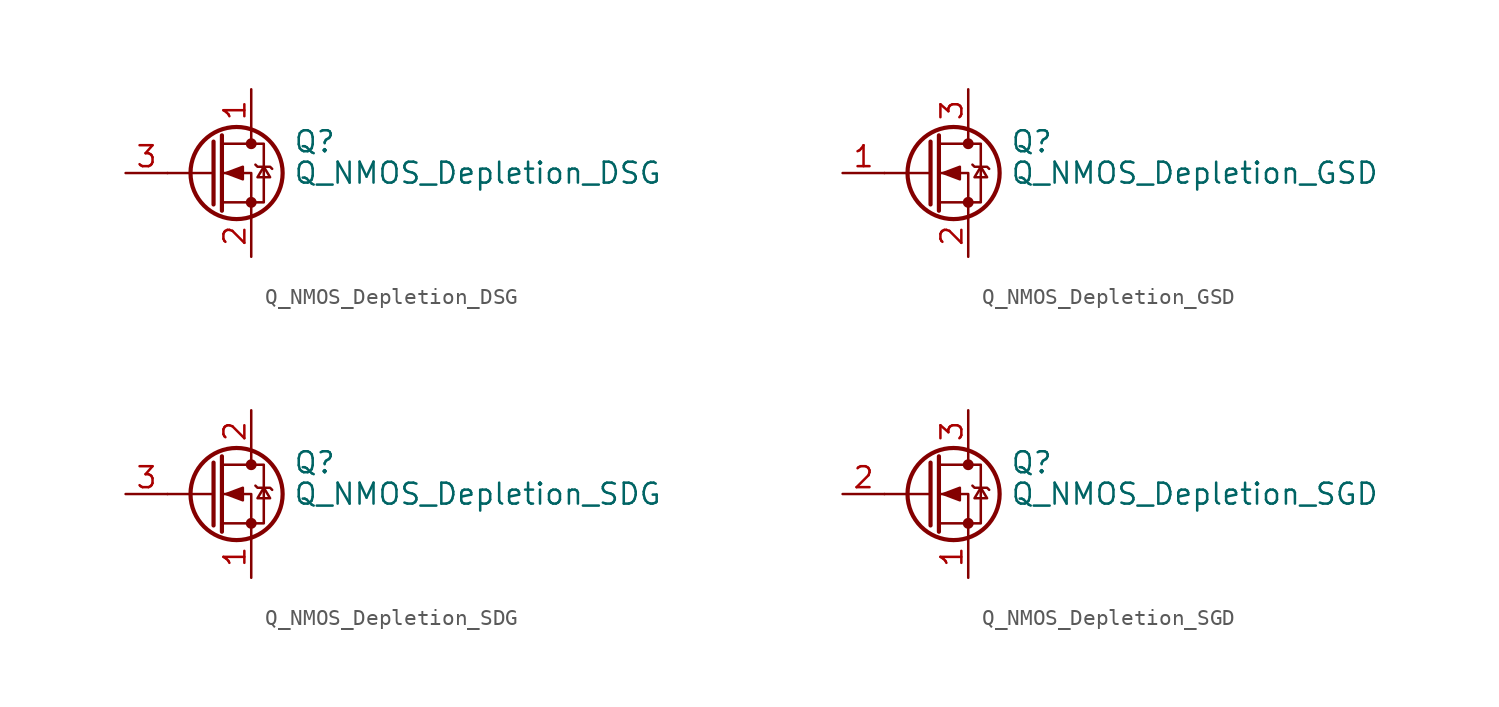
<source format=kicad_sym>
(kicad_symbol_lib
  (version 20231120)
  (generator "kicad_symbol_editor")
  (generator_version "8.0")
  (symbol "Q_NMOS_Depletion_DSG"
    (pin_names
      (offset 0) hide)
    (property "Reference" "Q"
      (at 5.08 1.905 0)
      (effects (font (size 1.27 1.27)) (justify left)))
    (property "Value" "Q_NMOS_Depletion_DSG"
      (at 5.08 0 0)
      (effects (font (size 1.27 1.27)) (justify left)))
    (symbol "Q_NMOS_Depletion_DSG_0_1"
      (polyline (pts (xy 0.254 0) (xy -2.54 0)) (stroke (width 0) (type default)) (fill (type none)))
      (polyline (pts (xy 0.254 1.905) (xy 0.254 -1.905)) (stroke (width 0.254) (type default)) (fill (type none)))
      (polyline (pts (xy 0.762 2.286) (xy 0.762 -2.286)) (stroke (width 0.254) (type default)) (fill (type none)))
      (polyline (pts (xy 2.54 2.54) (xy 2.54 1.778)) (stroke (width 0) (type default)) (fill (type none)))
      (polyline (pts (xy 2.54 -2.54) (xy 2.54 0) (xy 0.762 0)) (stroke (width 0) (type default)) (fill (type none)))
      (polyline (pts (xy 0.762 -1.778) (xy 3.302 -1.778) (xy 3.302 1.778) (xy 0.762 1.778)) (stroke (width 0) (type default)) (fill (type none)))
      (polyline (pts (xy 1.016 0) (xy 2.032 0.381) (xy 2.032 -0.381) (xy 1.016 0)) (stroke (width 0) (type default)) (fill (type outline)))
      (polyline (pts (xy 2.794 0.508) (xy 2.921 0.381) (xy 3.683 0.381) (xy 3.81 0.254)) (stroke (width 0) (type default)) (fill (type none)))
      (polyline (pts (xy 3.302 0.381) (xy 2.921 -0.254) (xy 3.683 -0.254) (xy 3.302 0.381)) (stroke (width 0) (type default)) (fill (type none)))
      (circle (center 1.651 0) (radius 2.794) (stroke (width 0.254) (type default)) (fill (type none)))
      (circle (center 2.54 -1.778) (radius 0.254) (stroke (width 0) (type default)) (fill (type outline)))
      (circle (center 2.54 1.778) (radius 0.254) (stroke (width 0) (type default)) (fill (type outline))))
    (symbol "Q_NMOS_Depletion_DSG_1_1"
      (pin passive line (at 2.54 5.08 270) (length 2.54) (name "D" (effects (font (size 1.27 1.27)))) (number "1" (effects (font (size 1.27 1.27)))))
      (pin passive line (at 2.54 -5.08 90) (length 2.54) (name "S" (effects (font (size 1.27 1.27)))) (number "2" (effects (font (size 1.27 1.27)))))
      (pin input line (at -5.08 0 0) (length 2.54) (name "G" (effects (font (size 1.27 1.27)))) (number "3" (effects (font (size 1.27 1.27)))))))
  (symbol "Q_NMOS_Depletion_GSD"
    (pin_names
      (offset 0) hide)
    (property "Reference" "Q"
      (at 5.08 1.905 0)
      (effects (font (size 1.27 1.27)) (justify left)))
    (property "Value" "Q_NMOS_Depletion_GSD"
      (at 5.08 0 0)
      (effects (font (size 1.27 1.27)) (justify left)))
    (symbol "Q_NMOS_Depletion_GSD_0_1"
      (polyline (pts (xy 0.254 0) (xy -2.54 0)) (stroke (width 0) (type default)) (fill (type none)))
      (polyline (pts (xy 0.254 1.905) (xy 0.254 -1.905)) (stroke (width 0.254) (type default)) (fill (type none)))
      (polyline (pts (xy 0.762 2.286) (xy 0.762 -2.286)) (stroke (width 0.254) (type default)) (fill (type none)))
      (polyline (pts (xy 2.54 2.54) (xy 2.54 1.778)) (stroke (width 0) (type default)) (fill (type none)))
      (polyline (pts (xy 2.54 -2.54) (xy 2.54 0) (xy 0.762 0)) (stroke (width 0) (type default)) (fill (type none)))
      (polyline (pts (xy 0.762 -1.778) (xy 3.302 -1.778) (xy 3.302 1.778) (xy 0.762 1.778)) (stroke (width 0) (type default)) (fill (type none)))
      (polyline (pts (xy 1.016 0) (xy 2.032 0.381) (xy 2.032 -0.381) (xy 1.016 0)) (stroke (width 0) (type default)) (fill (type outline)))
      (polyline (pts (xy 2.794 0.508) (xy 2.921 0.381) (xy 3.683 0.381) (xy 3.81 0.254)) (stroke (width 0) (type default)) (fill (type none)))
      (polyline (pts (xy 3.302 0.381) (xy 2.921 -0.254) (xy 3.683 -0.254) (xy 3.302 0.381)) (stroke (width 0) (type default)) (fill (type none)))
      (circle (center 1.651 0) (radius 2.794) (stroke (width 0.254) (type default)) (fill (type none)))
      (circle (center 2.54 -1.778) (radius 0.254) (stroke (width 0) (type default)) (fill (type outline)))
      (circle (center 2.54 1.778) (radius 0.254) (stroke (width 0) (type default)) (fill (type outline))))
    (symbol "Q_NMOS_Depletion_GSD_1_1"
      (pin input line (at -5.08 0 0) (length 2.54) (name "G" (effects (font (size 1.27 1.27)))) (number "1" (effects (font (size 1.27 1.27)))))
      (pin passive line (at 2.54 -5.08 90) (length 2.54) (name "S" (effects (font (size 1.27 1.27)))) (number "2" (effects (font (size 1.27 1.27)))))
      (pin passive line (at 2.54 5.08 270) (length 2.54) (name "D" (effects (font (size 1.27 1.27)))) (number "3" (effects (font (size 1.27 1.27)))))))
  (symbol "Q_NMOS_Depletion_SDG"
    (pin_names
      (offset 0) hide)
    (property "Reference" "Q"
      (at 5.08 1.905 0)
      (effects (font (size 1.27 1.27)) (justify left)))
    (property "Value" "Q_NMOS_Depletion_SDG"
      (at 5.08 0 0)
      (effects (font (size 1.27 1.27)) (justify left)))
    (symbol "Q_NMOS_Depletion_SDG_0_1"
      (polyline (pts (xy 0.254 0) (xy -2.54 0)) (stroke (width 0) (type default)) (fill (type none)))
      (polyline (pts (xy 0.254 1.905) (xy 0.254 -1.905)) (stroke (width 0.254) (type default)) (fill (type none)))
      (polyline (pts (xy 0.762 2.286) (xy 0.762 -2.286)) (stroke (width 0.254) (type default)) (fill (type none)))
      (polyline (pts (xy 2.54 2.54) (xy 2.54 1.778)) (stroke (width 0) (type default)) (fill (type none)))
      (polyline (pts (xy 2.54 -2.54) (xy 2.54 0) (xy 0.762 0)) (stroke (width 0) (type default)) (fill (type none)))
      (polyline (pts (xy 0.762 -1.778) (xy 3.302 -1.778) (xy 3.302 1.778) (xy 0.762 1.778)) (stroke (width 0) (type default)) (fill (type none)))
      (polyline (pts (xy 1.016 0) (xy 2.032 0.381) (xy 2.032 -0.381) (xy 1.016 0)) (stroke (width 0) (type default)) (fill (type outline)))
      (polyline (pts (xy 2.794 0.508) (xy 2.921 0.381) (xy 3.683 0.381) (xy 3.81 0.254)) (stroke (width 0) (type default)) (fill (type none)))
      (polyline (pts (xy 3.302 0.381) (xy 2.921 -0.254) (xy 3.683 -0.254) (xy 3.302 0.381)) (stroke (width 0) (type default)) (fill (type none)))
      (circle (center 1.651 0) (radius 2.794) (stroke (width 0.254) (type default)) (fill (type none)))
      (circle (center 2.54 -1.778) (radius 0.254) (stroke (width 0) (type default)) (fill (type outline)))
      (circle (center 2.54 1.778) (radius 0.254) (stroke (width 0) (type default)) (fill (type outline))))
    (symbol "Q_NMOS_Depletion_SDG_1_1"
      (pin passive line (at 2.54 -5.08 90) (length 2.54) (name "S" (effects (font (size 1.27 1.27)))) (number "1" (effects (font (size 1.27 1.27)))))
      (pin passive line (at 2.54 5.08 270) (length 2.54) (name "D" (effects (font (size 1.27 1.27)))) (number "2" (effects (font (size 1.27 1.27)))))
      (pin input line (at -5.08 0 0) (length 2.54) (name "G" (effects (font (size 1.27 1.27)))) (number "3" (effects (font (size 1.27 1.27)))))))
  (symbol "Q_NMOS_Depletion_SGD"
    (pin_names
      (offset 0) hide)
    (property "Reference" "Q"
      (at 5.08 1.905 0)
      (effects (font (size 1.27 1.27)) (justify left)))
    (property "Value" "Q_NMOS_Depletion_SGD"
      (at 5.08 0 0)
      (effects (font (size 1.27 1.27)) (justify left)))
    (symbol "Q_NMOS_Depletion_SGD_0_1"
      (polyline (pts (xy 0.254 0) (xy -2.54 0)) (stroke (width 0) (type default)) (fill (type none)))
      (polyline (pts (xy 0.254 1.905) (xy 0.254 -1.905)) (stroke (width 0.254) (type default)) (fill (type none)))
      (polyline (pts (xy 0.762 2.286) (xy 0.762 -2.286)) (stroke (width 0.254) (type default)) (fill (type none)))
      (polyline (pts (xy 2.54 2.54) (xy 2.54 1.778)) (stroke (width 0) (type default)) (fill (type none)))
      (polyline (pts (xy 2.54 -2.54) (xy 2.54 0) (xy 0.762 0)) (stroke (width 0) (type default)) (fill (type none)))
      (polyline (pts (xy 0.762 -1.778) (xy 3.302 -1.778) (xy 3.302 1.778) (xy 0.762 1.778)) (stroke (width 0) (type default)) (fill (type none)))
      (polyline (pts (xy 1.016 0) (xy 2.032 0.381) (xy 2.032 -0.381) (xy 1.016 0)) (stroke (width 0) (type default)) (fill (type outline)))
      (polyline (pts (xy 2.794 0.508) (xy 2.921 0.381) (xy 3.683 0.381) (xy 3.81 0.254)) (stroke (width 0) (type default)) (fill (type none)))
      (polyline (pts (xy 3.302 0.381) (xy 2.921 -0.254) (xy 3.683 -0.254) (xy 3.302 0.381)) (stroke (width 0) (type default)) (fill (type none)))
      (circle (center 1.651 0) (radius 2.794) (stroke (width 0.254) (type default)) (fill (type none)))
      (circle (center 2.54 -1.778) (radius 0.254) (stroke (width 0) (type default)) (fill (type outline)))
      (circle (center 2.54 1.778) (radius 0.254) (stroke (width 0) (type default)) (fill (type outline))))
    (symbol "Q_NMOS_Depletion_SGD_1_1"
      (pin passive line (at 2.54 -5.08 90) (length 2.54) (name "S" (effects (font (size 1.27 1.27)))) (number "1" (effects (font (size 1.27 1.27)))))
      (pin input line (at -5.08 0 0) (length 2.54) (name "G" (effects (font (size 1.27 1.27)))) (number "2" (effects (font (size 1.27 1.27)))))
      (pin passive line (at 2.54 5.08 270) (length 2.54) (name "D" (effects (font (size 1.27 1.27)))) (number "3" (effects (font (size 1.27 1.27))))))))
</source>
